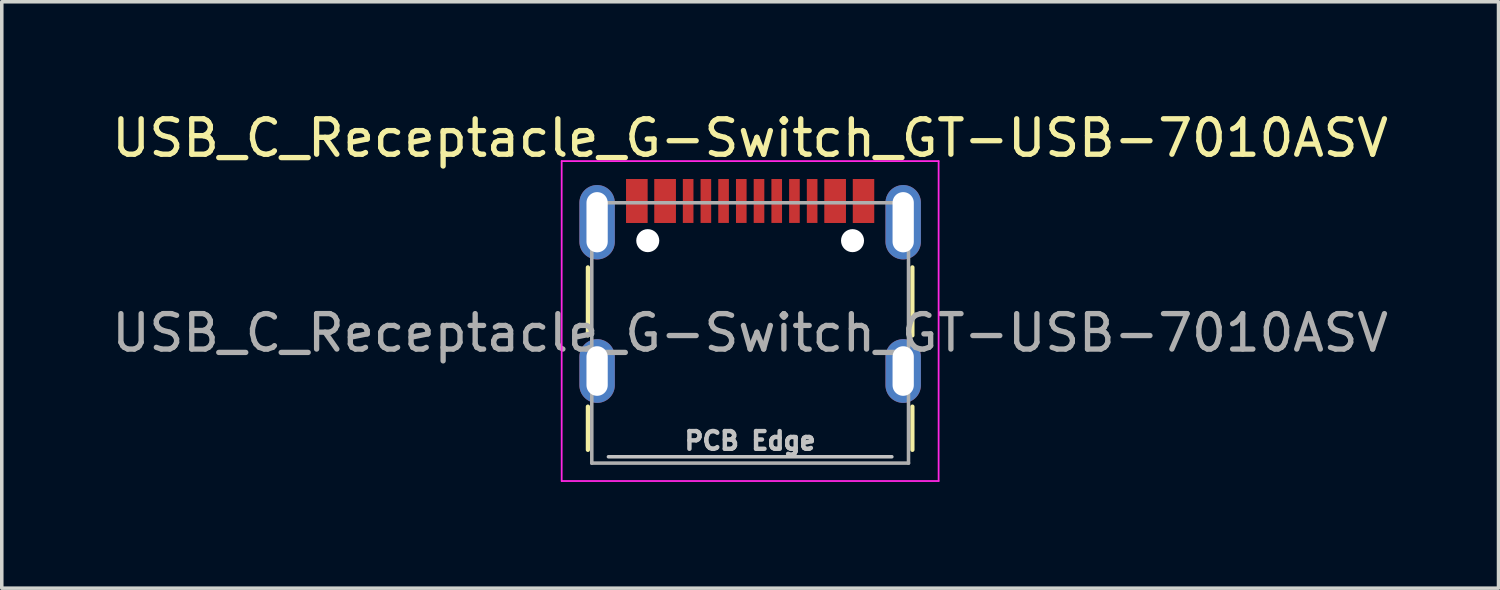
<source format=kicad_pcb>
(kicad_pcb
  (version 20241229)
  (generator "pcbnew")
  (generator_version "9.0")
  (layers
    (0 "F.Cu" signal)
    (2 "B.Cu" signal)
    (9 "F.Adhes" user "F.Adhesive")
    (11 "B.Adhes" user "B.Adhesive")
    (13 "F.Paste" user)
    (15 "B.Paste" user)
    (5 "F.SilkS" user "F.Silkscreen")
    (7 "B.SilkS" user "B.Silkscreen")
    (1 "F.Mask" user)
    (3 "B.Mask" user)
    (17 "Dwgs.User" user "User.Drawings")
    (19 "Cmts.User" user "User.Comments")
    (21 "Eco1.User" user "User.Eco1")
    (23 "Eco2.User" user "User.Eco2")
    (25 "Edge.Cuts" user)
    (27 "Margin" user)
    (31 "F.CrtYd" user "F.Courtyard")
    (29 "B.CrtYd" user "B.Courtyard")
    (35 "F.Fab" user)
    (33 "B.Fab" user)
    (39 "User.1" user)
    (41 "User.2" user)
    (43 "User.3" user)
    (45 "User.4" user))
  (footprint "USB_C_Receptacle_G-Switch_GT-USB-7010ASV"
    (layer "F.Cu")
    (at 18.125 6.348)
    (property "Reference" "USB_C_Receptacle_G-Switch_GT-USB-7010ASV" (at 0 -5.5 0) (layer "F.SilkS") (effects (font (size 1 1) (thickness 0.15))))
    (attr smd)
    (fp_line (start -4.58 -1.85) (end -4.58 0.07) (stroke (width 0.12) (type solid)) (layer "F.SilkS"))
    (fp_line (start -4.58 3.3) (end -4.58 2.08) (stroke (width 0.12) (type solid)) (layer "F.SilkS"))
    (fp_line (start 4.58 0.07) (end 4.58 -1.85) (stroke (width 0.12) (type solid)) (layer "F.SilkS"))
    (fp_line (start 4.58 2.08) (end 4.58 3.3) (stroke (width 0.12) (type solid)) (layer "F.SilkS"))
    (fp_line (start -4 3.495) (end 4 3.495) (stroke (width 0.1) (type solid)) (layer "Dwgs.User"))
    (fp_line (start -5.32 -4.85) (end 5.32 -4.85) (stroke (width 0.05) (type solid)) (layer "F.CrtYd"))
    (fp_line (start -5.32 4.18) (end -5.32 -4.85) (stroke (width 0.05) (type solid)) (layer "F.CrtYd"))
    (fp_line (start 5.32 -4.85) (end 5.32 4.18) (stroke (width 0.05) (type solid)) (layer "F.CrtYd"))
    (fp_line (start 5.32 4.18) (end -5.32 4.18) (stroke (width 0.05) (type solid)) (layer "F.CrtYd"))
    (fp_line (start -4.47 -3.675) (end -4.47 3.675) (stroke (width 0.1) (type solid)) (layer "F.Fab"))
    (fp_line (start -4.47 -3.675) (end 4.47 -3.675) (stroke (width 0.1) (type solid)) (layer "F.Fab"))
    (fp_line (start -4.47 3.675) (end 4.47 3.675) (stroke (width 0.1) (type solid)) (layer "F.Fab"))
    (fp_line (start 4.47 3.675) (end 4.47 -3.675) (stroke (width 0.1) (type solid)) (layer "F.Fab"))
    (fp_text user "PCB Edge" (at 0 3.045 0) (unlocked yes) (layer "Dwgs.User") (effects (font (size 0.5 0.5) (thickness 0.125))))
    (fp_text user "${REFERENCE}" (at 0 0 0) (layer "F.Fab") (effects (font (size 1 1) (thickness 0.15))))
    (pad "" np_thru_hole circle (at -2.89 -2.605) (size 0.65 0.65) (drill 0.65) (layers "*.Cu" "*.Mask"))
    (pad "" np_thru_hole circle (at 2.89 -2.605) (size 0.65 0.65) (drill 0.65) (layers "*.Cu" "*.Mask"))
    (pad "A1" smd rect (at -3.2 -3.725) (size 0.6 1.24) (layers "F.Cu" "F.Mask" "F.Paste"))
    (pad "A4" smd rect (at -2.4 -3.725) (size 0.6 1.24) (layers "F.Cu" "F.Mask" "F.Paste"))
    (pad "A5" smd rect (at -1.25 -3.725) (size 0.3 1.24) (layers "F.Cu" "F.Mask" "F.Paste"))
    (pad "A6" smd rect (at -0.25 -3.725) (size 0.3 1.24) (layers "F.Cu" "F.Mask" "F.Paste"))
    (pad "A7" smd rect (at 0.25 -3.725) (size 0.3 1.24) (layers "F.Cu" "F.Mask" "F.Paste"))
    (pad "A8" smd rect (at 1.25 -3.725) (size 0.3 1.24) (layers "F.Cu" "F.Mask" "F.Paste"))
    (pad "A9" smd rect (at 2.4 -3.725) (size 0.6 1.24) (layers "F.Cu" "F.Mask" "F.Paste"))
    (pad "A12" smd rect (at 3.2 -3.725) (size 0.6 1.24) (layers "F.Cu" "F.Mask" "F.Paste"))
    (pad "B1" smd rect (at 3.2 -3.725) (size 0.6 1.24) (layers "F.Cu" "F.Mask" "F.Paste"))
    (pad "B4" smd rect (at 2.4 -3.725) (size 0.6 1.24) (layers "F.Cu" "F.Mask" "F.Paste"))
    (pad "B5" smd rect (at 1.75 -3.725) (size 0.3 1.24) (layers "F.Cu" "F.Mask" "F.Paste"))
    (pad "B6" smd rect (at 0.75 -3.725) (size 0.3 1.24) (layers "F.Cu" "F.Mask" "F.Paste"))
    (pad "B7" smd rect (at -0.75 -3.725) (size 0.3 1.24) (layers "F.Cu" "F.Mask" "F.Paste"))
    (pad "B8" smd rect (at -1.75 -3.725) (size 0.3 1.24) (layers "F.Cu" "F.Mask" "F.Paste"))
    (pad "B9" smd rect (at -2.4 -3.725) (size 0.6 1.24) (layers "F.Cu" "F.Mask" "F.Paste"))
    (pad "B12" smd rect (at -3.2 -3.725) (size 0.6 1.24) (layers "F.Cu" "F.Mask" "F.Paste"))
    (pad "S1" thru_hole oval (at -4.32 -3.125) (size 1 2.1) (drill oval 0.6 1.7) (layers "*.Cu" "*.Mask"))
    (pad "S1" thru_hole oval (at -4.32 1.075) (size 1 1.8) (drill oval 0.6 1.4) (layers "*.Cu" "*.Mask"))
    (pad "S1" thru_hole oval (at 4.32 -3.125) (size 1 2.1) (drill oval 0.6 1.7) (layers "*.Cu" "*.Mask"))
    (pad "S1" thru_hole oval (at 4.32 1.075) (size 1 1.8) (drill oval 0.6 1.4) (layers "*.Cu" "*.Mask")))
  (gr_rect
    (start -3 -3)
    (end 39.25 13.553)
    (stroke (width 0.1) (type default))
    (fill no)
    (layer "Edge.Cuts")))
</source>
